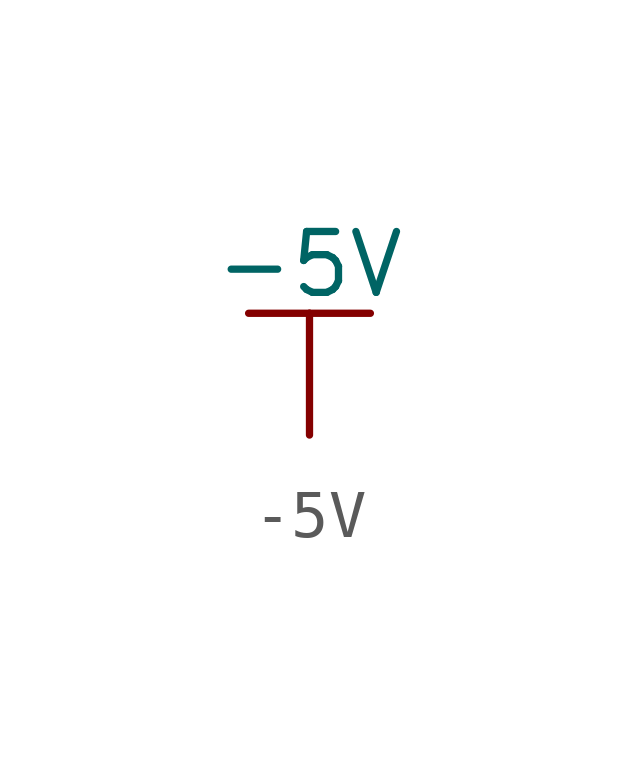
<source format=kicad_sym>
(kicad_symbol_lib
  (version 20231120)
  (generator "kicad_symbol_editor")
  (generator_version "8.0")
  (symbol "-5V"
    (power)
    (pin_names
      (offset 0))
    (property "Reference" "#PWR"
      (at 0 -3.81 0)
      (effects (font (size 1.27 1.27)) (hide yes)))
    (property "Value" "-5V"
      (at 0 3.556 0)
      (effects (font (size 1.27 1.27))))
    (symbol "-5V_0_1"
      (polyline (pts (xy -1.27 2.54) (xy 0 2.54)) (stroke (width 0) (type default)) (fill (type none)))
      (polyline (pts (xy 0 0) (xy 0 2.54)) (stroke (width 0) (type default)) (fill (type none)))
      (polyline (pts (xy 0 2.54) (xy 1.27 2.54)) (stroke (width 0) (type default)) (fill (type none))))
    (symbol "-5V_1_1"
      (pin power_in line (at 0 0 90) (length 0) hide (name "-5.5V" (effects (font (size 1.27 1.27)))) (number "1" (effects (font (size 1.27 1.27))))))))
</source>
